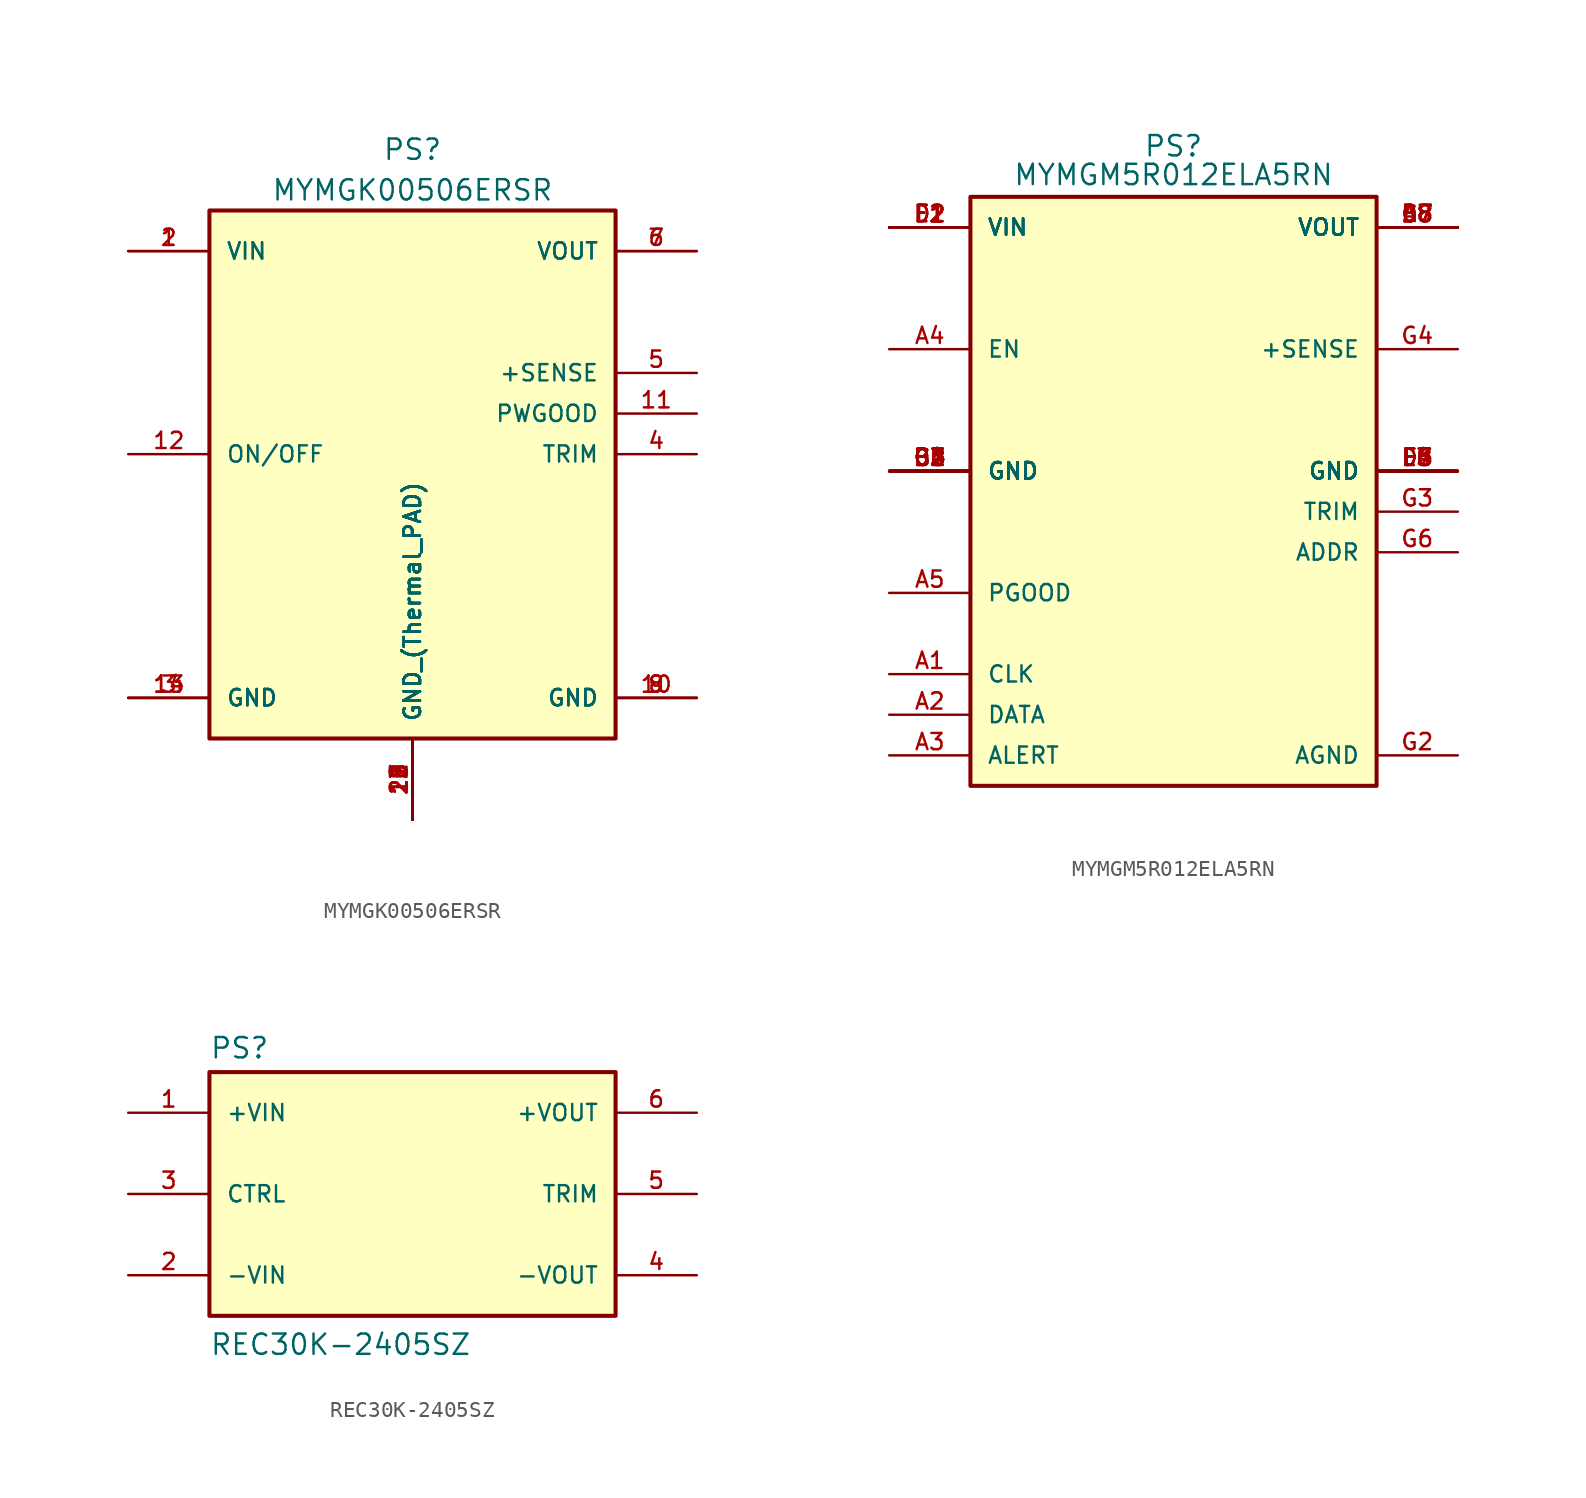
<source format=kicad_sym>
(kicad_symbol_lib
  (version 20241209)
  (generator "kicad_symbol_editor")
  (generator_version "9.0")
  (symbol "MYMGK00506ERSR"
    (pin_names
      (offset 1.016))
    (property "Reference" "PS"
      (at 0 20.32 0)
      (effects (font (size 1.27 1.27))))
    (property "Value" "MYMGK00506ERSR"
      (at 0 17.78 0)
      (effects (font (size 1.27 1.27))))
    (symbol "MYMGK00506ERSR_0_0"
      (rectangle (start -12.7 16.51) (end 12.7 -16.51) (stroke (width 0.254) (type default)) (fill (type background)))
      (pin input line (at -17.78 1.27 0) (length 5.08) (name "ON/OFF" (effects (font (size 1.016 1.016)))) (number "12" (effects (font (size 1.016 1.016)))))
      (pin open_collector line (at 17.78 3.81 180) (length 5.08) (name "PWGOOD" (effects (font (size 1.016 1.016)))) (number "11" (effects (font (size 1.016 1.016)))))
      (pin passive line (at 17.78 1.27 180) (length 5.08) (name "TRIM" (effects (font (size 1.016 1.016)))) (number "4" (effects (font (size 1.016 1.016))))))
    (symbol "MYMGK00506ERSR_1_0"
      (pin power_in line (at -17.78 13.97 0) (length 5.08) (name "VIN" (effects (font (size 1.016 1.016)))) (number "1" (effects (font (size 1.016 1.016)))))
      (pin power_in line (at -17.78 13.97 0) (length 5.08) (name "VIN" (effects (font (size 1.016 1.016)))) (number "2" (effects (font (size 1.016 1.016)))))
      (pin power_in line (at -17.78 -13.97 0) (length 5.08) (name "GND" (effects (font (size 1.016 1.016)))) (number "13" (effects (font (size 1.016 1.016)))))
      (pin power_in line (at -17.78 -13.97 0) (length 5.08) (name "GND" (effects (font (size 1.016 1.016)))) (number "14" (effects (font (size 1.016 1.016)))))
      (pin power_in line (at -17.78 -13.97 0) (length 5.08) (name "GND" (effects (font (size 1.016 1.016)))) (number "3" (effects (font (size 1.016 1.016)))))
      (pin power_in line (at 0 -21.59 90) (length 5.08) (name "GND_(Thermal_PAD)" (effects (font (size 1.016 1.016)))) (number "15" (effects (font (size 1.016 1.016)))))
      (pin power_in line (at 0 -21.59 90) (length 5.08) (name "GND_(Thermal_PAD)" (effects (font (size 1.016 1.016)))) (number "16" (effects (font (size 1.016 1.016)))))
      (pin power_in line (at 0 -21.59 90) (length 5.08) (name "GND_(Thermal_PAD)" (effects (font (size 1.016 1.016)))) (number "17" (effects (font (size 1.016 1.016)))))
      (pin power_in line (at 0 -21.59 90) (length 5.08) (name "GND_(Thermal_PAD)" (effects (font (size 1.016 1.016)))) (number "18" (effects (font (size 1.016 1.016)))))
      (pin power_in line (at 0 -21.59 90) (length 5.08) (name "GND_(Thermal_PAD)" (effects (font (size 1.016 1.016)))) (number "19" (effects (font (size 1.016 1.016)))))
      (pin power_in line (at 0 -21.59 90) (length 5.08) (name "GND_(Thermal_PAD)" (effects (font (size 1.016 1.016)))) (number "20" (effects (font (size 1.016 1.016)))))
      (pin power_in line (at 0 -21.59 90) (length 5.08) (name "GND_(Thermal_PAD)" (effects (font (size 1.016 1.016)))) (number "21" (effects (font (size 1.016 1.016)))))
      (pin power_in line (at 0 -21.59 90) (length 5.08) (name "GND_(Thermal_PAD)" (effects (font (size 1.016 1.016)))) (number "22" (effects (font (size 1.016 1.016)))))
      (pin power_in line (at 0 -21.59 90) (length 5.08) (name "GND_(Thermal_PAD)" (effects (font (size 1.016 1.016)))) (number "23" (effects (font (size 1.016 1.016)))))
      (pin power_in line (at 17.78 13.97 180) (length 5.08) (name "VOUT" (effects (font (size 1.016 1.016)))) (number "6" (effects (font (size 1.016 1.016)))))
      (pin power_in line (at 17.78 13.97 180) (length 5.08) (name "VOUT" (effects (font (size 1.016 1.016)))) (number "7" (effects (font (size 1.016 1.016)))))
      (pin passive line (at 17.78 6.35 180) (length 5.08) (name "+SENSE" (effects (font (size 1.016 1.016)))) (number "5" (effects (font (size 1.016 1.016)))))
      (pin power_in line (at 17.78 -13.97 180) (length 5.08) (name "GND" (effects (font (size 1.016 1.016)))) (number "10" (effects (font (size 1.016 1.016)))))
      (pin power_in line (at 17.78 -13.97 180) (length 5.08) (name "GND" (effects (font (size 1.016 1.016)))) (number "8" (effects (font (size 1.016 1.016)))))
      (pin power_in line (at 17.78 -13.97 180) (length 5.08) (name "GND" (effects (font (size 1.016 1.016)))) (number "9" (effects (font (size 1.016 1.016)))))))
  (symbol "MYMGM5R012ELA5RN"
    (pin_names
      (offset 1.016))
    (property "Reference" "PS"
      (at 0 21.59 0)
      (effects (font (size 1.27 1.27))))
    (property "Value" "MYMGM5R012ELA5RN"
      (at 0 19.05 0)
      (effects (font (size 1.27 1.27)) (justify bottom)))
    (symbol "MYMGM5R012ELA5RN_0_0"
      (rectangle (start -12.7 18.415) (end 12.7 -18.415) (stroke (width 0.254) (type default)) (fill (type background))))
    (symbol "MYMGM5R012ELA5RN_1_0"
      (pin power_in line (at -17.78 16.51 0) (length 5.08) (name "VIN" (effects (font (size 1.016 1.016)))) (number "D1" (effects (font (size 1.016 1.016)))))
      (pin power_in line (at -17.78 16.51 0) (length 5.08) (name "VIN" (effects (font (size 1.016 1.016)))) (number "D2" (effects (font (size 1.016 1.016)))))
      (pin power_in line (at -17.78 16.51 0) (length 5.08) (name "VIN" (effects (font (size 1.016 1.016)))) (number "E1" (effects (font (size 1.016 1.016)))))
      (pin power_in line (at -17.78 16.51 0) (length 5.08) (name "VIN" (effects (font (size 1.016 1.016)))) (number "E2" (effects (font (size 1.016 1.016)))))
      (pin power_in line (at -17.78 16.51 0) (length 5.08) (name "VIN" (effects (font (size 1.016 1.016)))) (number "F1" (effects (font (size 1.016 1.016)))))
      (pin power_in line (at -17.78 16.51 0) (length 5.08) (name "VIN" (effects (font (size 1.016 1.016)))) (number "F2" (effects (font (size 1.016 1.016)))))
      (pin input line (at -17.78 8.89 0) (length 5.08) (name "EN" (effects (font (size 1.016 1.016)))) (number "A4" (effects (font (size 1.016 1.016)))))
      (pin power_in line (at -17.78 1.27 0) (length 5.08) (name "GND" (effects (font (size 1.016 1.016)))) (number "B1" (effects (font (size 1.016 1.016)))))
      (pin power_in line (at -17.78 1.27 0) (length 5.08) (name "GND" (effects (font (size 1.016 1.016)))) (number "B2" (effects (font (size 1.016 1.016)))))
      (pin power_in line (at -17.78 1.27 0) (length 5.08) (name "GND" (effects (font (size 1.016 1.016)))) (number "B3" (effects (font (size 1.016 1.016)))))
      (pin power_in line (at -17.78 1.27 0) (length 5.08) (name "GND" (effects (font (size 1.016 1.016)))) (number "B4" (effects (font (size 1.016 1.016)))))
      (pin power_in line (at -17.78 1.27 0) (length 5.08) (name "GND" (effects (font (size 1.016 1.016)))) (number "B5" (effects (font (size 1.016 1.016)))))
      (pin power_in line (at -17.78 1.27 0) (length 5.08) (name "GND" (effects (font (size 1.016 1.016)))) (number "B6" (effects (font (size 1.016 1.016)))))
      (pin power_in line (at -17.78 1.27 0) (length 5.08) (name "GND" (effects (font (size 1.016 1.016)))) (number "C1" (effects (font (size 1.016 1.016)))))
      (pin power_in line (at -17.78 1.27 0) (length 5.08) (name "GND" (effects (font (size 1.016 1.016)))) (number "C2" (effects (font (size 1.016 1.016)))))
      (pin power_in line (at -17.78 1.27 0) (length 5.08) (name "GND" (effects (font (size 1.016 1.016)))) (number "C3" (effects (font (size 1.016 1.016)))))
      (pin power_in line (at -17.78 1.27 0) (length 5.08) (name "GND" (effects (font (size 1.016 1.016)))) (number "C4" (effects (font (size 1.016 1.016)))))
      (pin power_in line (at -17.78 1.27 0) (length 5.08) (name "GND" (effects (font (size 1.016 1.016)))) (number "C5" (effects (font (size 1.016 1.016)))))
      (pin power_in line (at -17.78 1.27 0) (length 5.08) (name "GND" (effects (font (size 1.016 1.016)))) (number "C6" (effects (font (size 1.016 1.016)))))
      (pin power_in line (at -17.78 1.27 0) (length 5.08) (name "GND" (effects (font (size 1.016 1.016)))) (number "D3" (effects (font (size 1.016 1.016)))))
      (pin power_in line (at -17.78 1.27 0) (length 5.08) (name "GND" (effects (font (size 1.016 1.016)))) (number "D4" (effects (font (size 1.016 1.016)))))
      (pin open_collector line (at -17.78 -6.35 0) (length 5.08) (name "PGOOD" (effects (font (size 1.016 1.016)))) (number "A5" (effects (font (size 1.016 1.016)))))
      (pin passive line (at -17.78 -11.43 0) (length 5.08) (name "CLK" (effects (font (size 1.016 1.016)))) (number "A1" (effects (font (size 1.016 1.016)))))
      (pin passive line (at -17.78 -13.97 0) (length 5.08) (name "DATA" (effects (font (size 1.016 1.016)))) (number "A2" (effects (font (size 1.016 1.016)))))
      (pin passive line (at -17.78 -16.51 0) (length 5.08) (name "ALERT" (effects (font (size 1.016 1.016)))) (number "A3" (effects (font (size 1.016 1.016)))))
      (pin power_out line (at 17.78 16.51 180) (length 5.08) (name "VOUT" (effects (font (size 1.016 1.016)))) (number "A8" (effects (font (size 1.016 1.016)))))
      (pin power_out line (at 17.78 16.51 180) (length 5.08) (name "VOUT" (effects (font (size 1.016 1.016)))) (number "B7" (effects (font (size 1.016 1.016)))))
      (pin power_out line (at 17.78 16.51 180) (length 5.08) (name "VOUT" (effects (font (size 1.016 1.016)))) (number "B8" (effects (font (size 1.016 1.016)))))
      (pin power_out line (at 17.78 16.51 180) (length 5.08) (name "VOUT" (effects (font (size 1.016 1.016)))) (number "C7" (effects (font (size 1.016 1.016)))))
      (pin power_out line (at 17.78 16.51 180) (length 5.08) (name "VOUT" (effects (font (size 1.016 1.016)))) (number "C8" (effects (font (size 1.016 1.016)))))
      (pin power_out line (at 17.78 16.51 180) (length 5.08) (name "VOUT" (effects (font (size 1.016 1.016)))) (number "D7" (effects (font (size 1.016 1.016)))))
      (pin power_out line (at 17.78 16.51 180) (length 5.08) (name "VOUT" (effects (font (size 1.016 1.016)))) (number "D8" (effects (font (size 1.016 1.016)))))
      (pin passive line (at 17.78 8.89 180) (length 5.08) (name "+SENSE" (effects (font (size 1.016 1.016)))) (number "G4" (effects (font (size 1.016 1.016)))))
      (pin power_in line (at 17.78 1.27 180) (length 5.08) (name "GND" (effects (font (size 1.016 1.016)))) (number "D5" (effects (font (size 1.016 1.016)))))
      (pin power_in line (at 17.78 1.27 180) (length 5.08) (name "GND" (effects (font (size 1.016 1.016)))) (number "D6" (effects (font (size 1.016 1.016)))))
      (pin power_in line (at 17.78 1.27 180) (length 5.08) (name "GND" (effects (font (size 1.016 1.016)))) (number "E3" (effects (font (size 1.016 1.016)))))
      (pin power_in line (at 17.78 1.27 180) (length 5.08) (name "GND" (effects (font (size 1.016 1.016)))) (number "E4" (effects (font (size 1.016 1.016)))))
      (pin power_in line (at 17.78 1.27 180) (length 5.08) (name "GND" (effects (font (size 1.016 1.016)))) (number "E5" (effects (font (size 1.016 1.016)))))
      (pin power_in line (at 17.78 1.27 180) (length 5.08) (name "GND" (effects (font (size 1.016 1.016)))) (number "E6" (effects (font (size 1.016 1.016)))))
      (pin power_in line (at 17.78 1.27 180) (length 5.08) (name "GND" (effects (font (size 1.016 1.016)))) (number "E7" (effects (font (size 1.016 1.016)))))
      (pin power_in line (at 17.78 1.27 180) (length 5.08) (name "GND" (effects (font (size 1.016 1.016)))) (number "E8" (effects (font (size 1.016 1.016)))))
      (pin power_in line (at 17.78 1.27 180) (length 5.08) (name "GND" (effects (font (size 1.016 1.016)))) (number "F3" (effects (font (size 1.016 1.016)))))
      (pin power_in line (at 17.78 1.27 180) (length 5.08) (name "GND" (effects (font (size 1.016 1.016)))) (number "F4" (effects (font (size 1.016 1.016)))))
      (pin power_in line (at 17.78 1.27 180) (length 5.08) (name "GND" (effects (font (size 1.016 1.016)))) (number "F5" (effects (font (size 1.016 1.016)))))
      (pin power_in line (at 17.78 1.27 180) (length 5.08) (name "GND" (effects (font (size 1.016 1.016)))) (number "F6" (effects (font (size 1.016 1.016)))))
      (pin power_in line (at 17.78 1.27 180) (length 5.08) (name "GND" (effects (font (size 1.016 1.016)))) (number "F7" (effects (font (size 1.016 1.016)))))
      (pin power_in line (at 17.78 1.27 180) (length 5.08) (name "GND" (effects (font (size 1.016 1.016)))) (number "F8" (effects (font (size 1.016 1.016)))))
      (pin passive line (at 17.78 -1.27 180) (length 5.08) (name "TRIM" (effects (font (size 1.016 1.016)))) (number "G3" (effects (font (size 1.016 1.016)))))
      (pin passive line (at 17.78 -3.81 180) (length 5.08) (name "ADDR" (effects (font (size 1.016 1.016)))) (number "G6" (effects (font (size 1.016 1.016)))))
      (pin passive line (at 17.78 -16.51 180) (length 5.08) (name "AGND" (effects (font (size 1.016 1.016)))) (number "G2" (effects (font (size 1.016 1.016)))))))
  (symbol "REC30K-2405SZ"
    (pin_names
      (offset 1.016))
    (property "Reference" "PS"
      (at -12.7 8.382 0)
      (effects (font (size 1.27 1.27)) (justify left bottom)))
    (property "Value" "REC30K-2405SZ"
      (at -12.7 -10.16 0)
      (effects (font (size 1.27 1.27)) (justify left bottom)))
    (symbol "REC30K-2405SZ_0_0"
      (rectangle (start -12.7 -7.62) (end 12.7 7.62) (stroke (width 0.254) (type default)) (fill (type background)))
      (pin input line (at -17.78 5.08 0) (length 5.08) (name "+VIN" (effects (font (size 1.016 1.016)))) (number "1" (effects (font (size 1.016 1.016)))))
      (pin input line (at -17.78 0 0) (length 5.08) (name "CTRL" (effects (font (size 1.016 1.016)))) (number "3" (effects (font (size 1.016 1.016)))))
      (pin input line (at -17.78 -5.08 0) (length 5.08) (name "-VIN" (effects (font (size 1.016 1.016)))) (number "2" (effects (font (size 1.016 1.016)))))
      (pin output line (at 17.78 5.08 180) (length 5.08) (name "+VOUT" (effects (font (size 1.016 1.016)))) (number "6" (effects (font (size 1.016 1.016)))))
      (pin passive line (at 17.78 0 180) (length 5.08) (name "TRIM" (effects (font (size 1.016 1.016)))) (number "5" (effects (font (size 1.016 1.016)))))
      (pin output line (at 17.78 -5.08 180) (length 5.08) (name "-VOUT" (effects (font (size 1.016 1.016)))) (number "4" (effects (font (size 1.016 1.016))))))))
</source>
